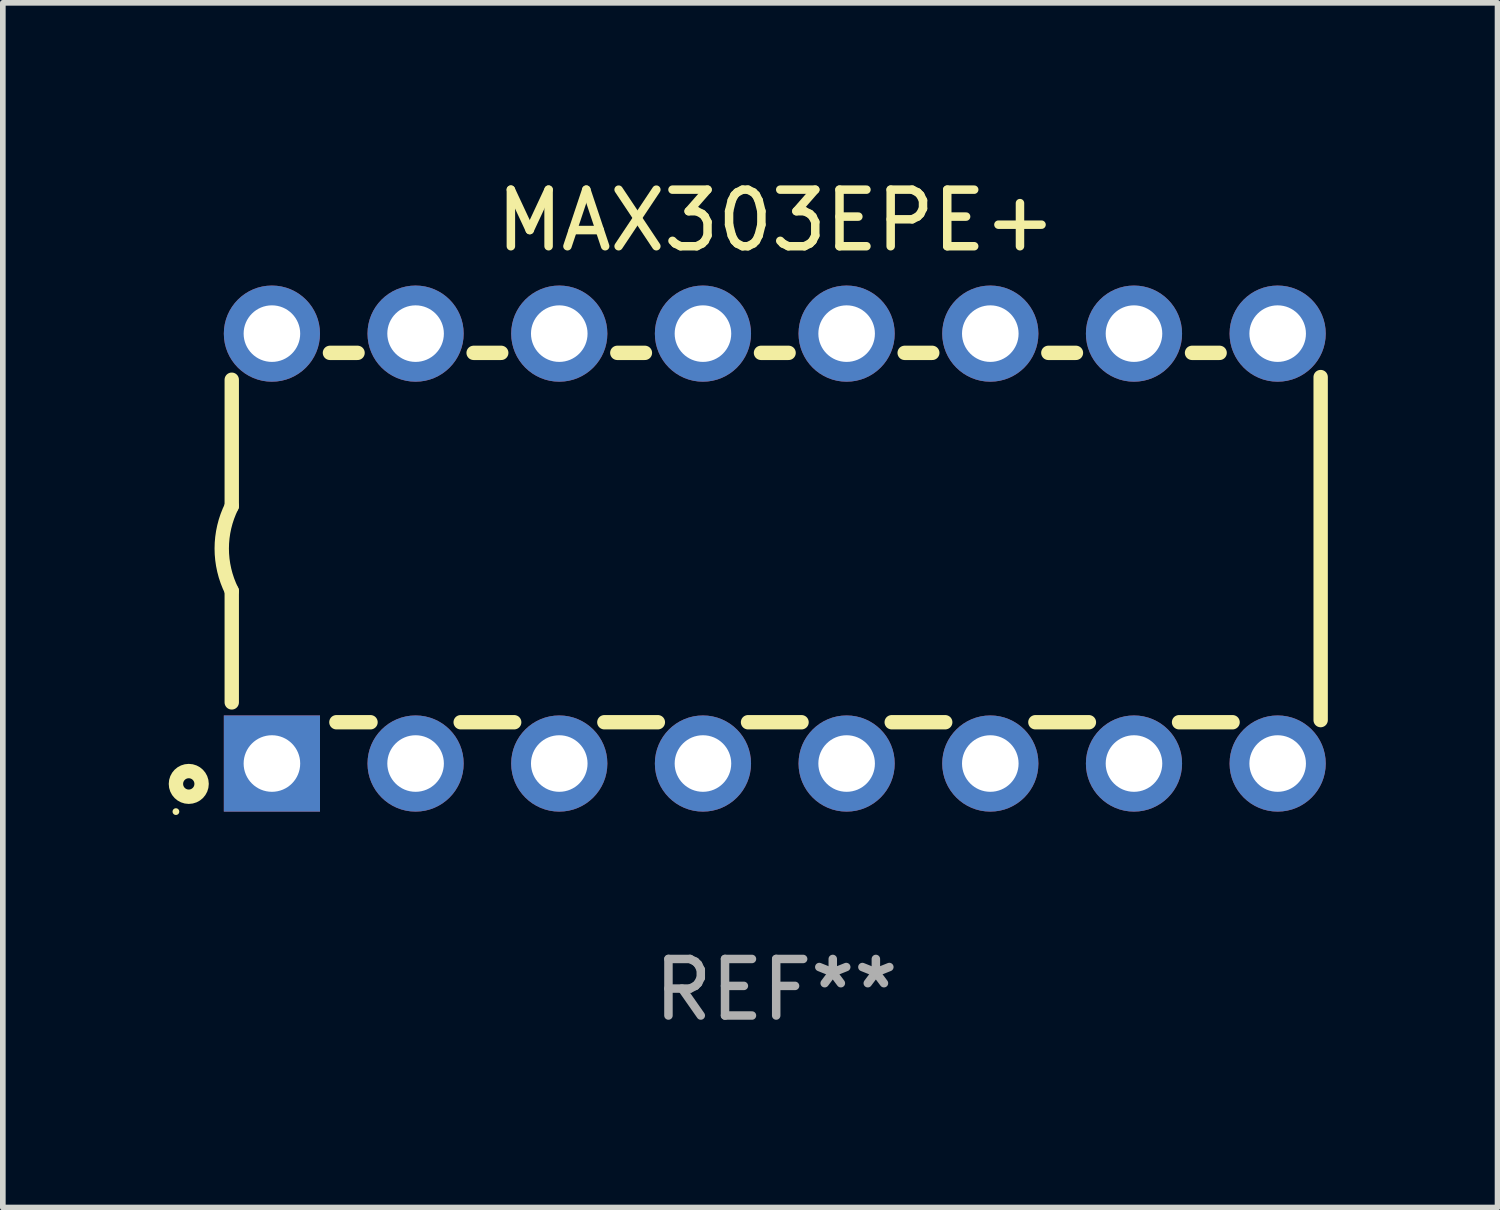
<source format=kicad_pcb>
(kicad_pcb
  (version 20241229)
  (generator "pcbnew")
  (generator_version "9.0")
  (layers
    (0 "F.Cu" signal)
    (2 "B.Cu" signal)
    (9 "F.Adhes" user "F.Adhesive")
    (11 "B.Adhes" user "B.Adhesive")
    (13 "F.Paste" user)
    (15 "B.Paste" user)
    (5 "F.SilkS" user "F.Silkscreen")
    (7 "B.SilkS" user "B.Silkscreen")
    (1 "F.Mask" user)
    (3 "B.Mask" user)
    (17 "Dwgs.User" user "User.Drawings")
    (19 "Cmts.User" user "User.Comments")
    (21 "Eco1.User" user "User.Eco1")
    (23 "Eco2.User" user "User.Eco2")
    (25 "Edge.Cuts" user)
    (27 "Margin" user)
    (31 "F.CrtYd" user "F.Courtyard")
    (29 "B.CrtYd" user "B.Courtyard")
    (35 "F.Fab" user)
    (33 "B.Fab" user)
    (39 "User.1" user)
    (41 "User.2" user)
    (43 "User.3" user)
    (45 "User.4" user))
  (footprint "MAX303EPE+"
    (layer "F.Cu")
    (at 10.672 6.648)
    (property "Reference" "MAX303EPE+" (at 0 -5.8 0) (layer "F.SilkS") (effects (font (size 1 1) (thickness 0.15))))
    (attr through_hole)
    (fp_line (start -9.625 -0.75) (end -9.625 -2.985) (stroke (width 0.254) (type solid)) (layer "F.SilkS"))
    (fp_line (start -9.625 0.749) (end -9.625 2.719) (stroke (width 0.254) (type solid)) (layer "F.SilkS"))
    (fp_line (start -7.889 -3.46) (end -7.401 -3.46) (stroke (width 0.254) (type solid)) (layer "F.SilkS"))
    (fp_line (start -7.775 3.07) (end -7.172 3.07) (stroke (width 0.254) (type solid)) (layer "F.SilkS"))
    (fp_line (start -5.578 3.07) (end -4.632 3.07) (stroke (width 0.254) (type solid)) (layer "F.SilkS"))
    (fp_line (start -5.349 -3.46) (end -4.861 -3.46) (stroke (width 0.254) (type solid)) (layer "F.SilkS"))
    (fp_line (start -3.038 3.07) (end -2.092 3.07) (stroke (width 0.254) (type solid)) (layer "F.SilkS"))
    (fp_line (start -2.809 -3.46) (end -2.321 -3.46) (stroke (width 0.254) (type solid)) (layer "F.SilkS"))
    (fp_line (start -0.498 3.07) (end 0.448 3.07) (stroke (width 0.254) (type solid)) (layer "F.SilkS"))
    (fp_line (start -0.269 -3.46) (end 0.219 -3.46) (stroke (width 0.254) (type solid)) (layer "F.SilkS"))
    (fp_line (start 2.042 3.07) (end 2.988 3.07) (stroke (width 0.254) (type solid)) (layer "F.SilkS"))
    (fp_line (start 2.271 -3.46) (end 2.759 -3.46) (stroke (width 0.254) (type solid)) (layer "F.SilkS"))
    (fp_line (start 4.582 3.07) (end 5.528 3.07) (stroke (width 0.254) (type solid)) (layer "F.SilkS"))
    (fp_line (start 4.811 -3.46) (end 5.299 -3.46) (stroke (width 0.254) (type solid)) (layer "F.SilkS"))
    (fp_line (start 7.122 3.07) (end 8.068 3.07) (stroke (width 0.254) (type solid)) (layer "F.SilkS"))
    (fp_line (start 7.351 -3.46) (end 7.839 -3.46) (stroke (width 0.254) (type solid)) (layer "F.SilkS"))
    (fp_line (start 9.625 3.032) (end 9.625 -3.032) (stroke (width 0.254) (type solid)) (layer "F.SilkS"))
    (fp_arc (start -9.62498 0.748819) (mid -9.801899 -0.000581) (end -9.625006 -0.749987) (stroke (width 0.254001) (type solid)) (layer "F.SilkS"))
    (fp_circle (center -10.612 4.65) (end -10.582 4.65) (stroke (width 0.06) (type solid)) (fill no) (layer "F.SilkS"))
    (fp_circle (center -10.385 4.16) (end -10.285 4.16) (stroke (width 0.254) (type solid)) (fill no) (layer "F.SilkS"))
    (fp_text user "REF**" (at 0 7.8 0) (layer "F.Fab") (effects (font (size 1 1) (thickness 0.15))))
    (pad "1" thru_hole rect (at -8.915 3.8 90) (size 1.7 1.7) (drill 1) (layers "*.Cu" "*.Mask"))
    (pad "2" thru_hole circle (at -6.375 3.8) (size 1.7 1.7) (drill 1) (layers "*.Cu" "*.Mask"))
    (pad "3" thru_hole circle (at -3.835 3.8) (size 1.7 1.7) (drill 1) (layers "*.Cu" "*.Mask"))
    (pad "4" thru_hole circle (at -1.295 3.8) (size 1.7 1.7) (drill 1) (layers "*.Cu" "*.Mask"))
    (pad "5" thru_hole circle (at 1.245 3.8) (size 1.7 1.7) (drill 1) (layers "*.Cu" "*.Mask"))
    (pad "6" thru_hole circle (at 3.785 3.8) (size 1.7 1.7) (drill 1) (layers "*.Cu" "*.Mask"))
    (pad "7" thru_hole circle (at 6.325 3.8) (size 1.7 1.7) (drill 1) (layers "*.Cu" "*.Mask"))
    (pad "8" thru_hole circle (at 8.865 3.8) (size 1.7 1.7) (drill 1) (layers "*.Cu" "*.Mask"))
    (pad "9" thru_hole circle (at 8.865 -3.8) (size 1.7 1.7) (drill 1) (layers "*.Cu" "*.Mask"))
    (pad "10" thru_hole circle (at 6.325 -3.8) (size 1.7 1.7) (drill 1) (layers "*.Cu" "*.Mask"))
    (pad "11" thru_hole circle (at 3.785 -3.8) (size 1.7 1.7) (drill 1) (layers "*.Cu" "*.Mask"))
    (pad "12" thru_hole circle (at 1.245 -3.8) (size 1.7 1.7) (drill 1) (layers "*.Cu" "*.Mask"))
    (pad "13" thru_hole circle (at -1.295 -3.8) (size 1.7 1.7) (drill 1) (layers "*.Cu" "*.Mask"))
    (pad "14" thru_hole circle (at -3.835 -3.8) (size 1.7 1.7) (drill 1) (layers "*.Cu" "*.Mask"))
    (pad "15" thru_hole circle (at -6.375 -3.8) (size 1.7 1.7) (drill 1) (layers "*.Cu" "*.Mask"))
    (pad "16" thru_hole circle (at -8.915 -3.8) (size 1.7 1.7) (drill 1) (layers "*.Cu" "*.Mask")))
  (gr_rect
    (start -3 -3)
    (end 23.424 18.297)
    (stroke (width 0.1) (type default))
    (fill no)
    (layer "Edge.Cuts")))
</source>
